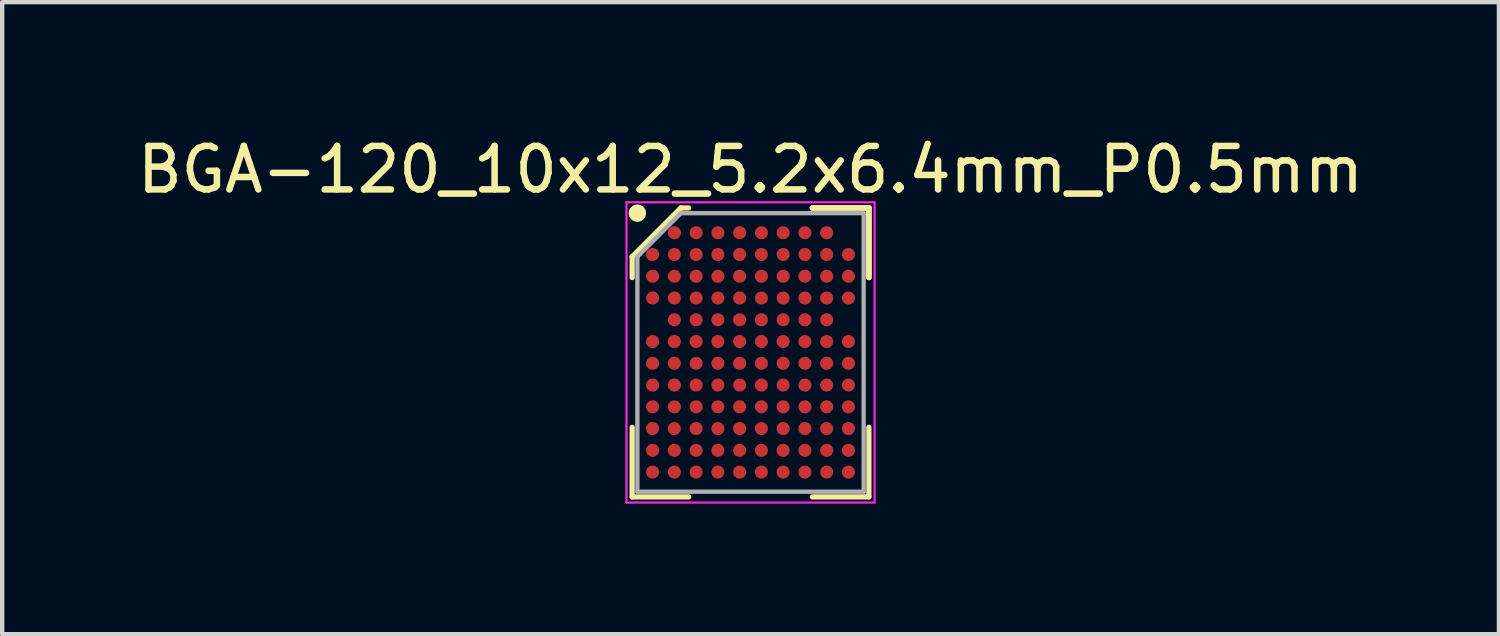
<source format=kicad_pcb>
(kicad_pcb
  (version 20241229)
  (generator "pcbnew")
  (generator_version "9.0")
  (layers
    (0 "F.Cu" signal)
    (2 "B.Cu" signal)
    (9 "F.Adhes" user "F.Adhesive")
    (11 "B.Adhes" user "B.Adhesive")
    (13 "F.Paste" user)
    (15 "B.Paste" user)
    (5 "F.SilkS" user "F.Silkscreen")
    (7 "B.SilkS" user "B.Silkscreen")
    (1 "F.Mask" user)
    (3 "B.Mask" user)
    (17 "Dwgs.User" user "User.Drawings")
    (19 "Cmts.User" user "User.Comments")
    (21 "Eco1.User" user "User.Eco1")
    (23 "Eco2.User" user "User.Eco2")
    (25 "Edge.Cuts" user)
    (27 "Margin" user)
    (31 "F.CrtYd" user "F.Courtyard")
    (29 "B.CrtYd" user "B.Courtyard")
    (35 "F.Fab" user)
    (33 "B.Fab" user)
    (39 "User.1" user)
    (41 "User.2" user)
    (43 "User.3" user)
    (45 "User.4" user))
  (footprint "BGA-120_10x12_5.2x6.4mm_P0.5mm"
    (layer "F.Cu")
    (at 14.196 5.048)
    (property "Reference" "BGA-120_10x12_5.2x6.4mm_P0.5mm" (at 0 -4.2 0) (layer "F.SilkS") (effects (font (size 1 1) (thickness 0.15))))
    (attr smd)
    (fp_line (start -2.72 -2.2) (end -2.72 -1.72) (stroke (width 0.12) (type solid)) (layer "F.SilkS"))
    (fp_line (start -2.72 3.32) (end -2.72 1.72) (stroke (width 0.12) (type solid)) (layer "F.SilkS"))
    (fp_line (start -1.6 -3.32) (end -2.72 -2.2) (stroke (width 0.12) (type solid)) (layer "F.SilkS"))
    (fp_line (start -1.42 -3.32) (end -1.6 -3.32) (stroke (width 0.12) (type solid)) (layer "F.SilkS"))
    (fp_line (start -1.42 3.32) (end -2.72 3.32) (stroke (width 0.12) (type solid)) (layer "F.SilkS"))
    (fp_line (start 1.42 -3.32) (end 2.72 -3.32) (stroke (width 0.12) (type solid)) (layer "F.SilkS"))
    (fp_line (start 1.42 -3.32) (end 2.72 -3.32) (stroke (width 0.12) (type solid)) (layer "F.SilkS"))
    (fp_line (start 1.42 -3.32) (end 2.72 -3.32) (stroke (width 0.12) (type solid)) (layer "F.SilkS"))
    (fp_line (start 1.42 3.32) (end 2.72 3.32) (stroke (width 0.12) (type solid)) (layer "F.SilkS"))
    (fp_line (start 2.72 -3.32) (end 2.72 -1.72) (stroke (width 0.12) (type solid)) (layer "F.SilkS"))
    (fp_line (start 2.72 -3.32) (end 2.72 -1.72) (stroke (width 0.12) (type solid)) (layer "F.SilkS"))
    (fp_line (start 2.72 -3.32) (end 2.72 -1.72) (stroke (width 0.12) (type solid)) (layer "F.SilkS"))
    (fp_line (start 2.72 3.32) (end 2.72 1.72) (stroke (width 0.12) (type solid)) (layer "F.SilkS"))
    (fp_circle (center -2.6 -3.2) (end -2.6 -3.1) (stroke (width 0.2) (type solid)) (fill no) (layer "F.SilkS"))
    (fp_line (start -2.85 -3.45) (end 2.85 -3.45) (stroke (width 0.05) (type solid)) (layer "F.CrtYd"))
    (fp_line (start -2.85 3.45) (end -2.85 -3.45) (stroke (width 0.05) (type solid)) (layer "F.CrtYd"))
    (fp_line (start 2.85 -3.45) (end 2.85 3.45) (stroke (width 0.05) (type solid)) (layer "F.CrtYd"))
    (fp_line (start 2.85 3.45) (end -2.85 3.45) (stroke (width 0.05) (type solid)) (layer "F.CrtYd"))
    (fp_line (start -2.6 -2.2) (end -2.6 3.2) (stroke (width 0.1) (type solid)) (layer "F.Fab"))
    (fp_line (start -2.6 3.2) (end 2.6 3.2) (stroke (width 0.1) (type solid)) (layer "F.Fab"))
    (fp_line (start -1.6 -3.2) (end -2.6 -2.2) (stroke (width 0.1) (type solid)) (layer "F.Fab"))
    (fp_line (start 2.6 -3.2) (end -1.6 -3.2) (stroke (width 0.1) (type solid)) (layer "F.Fab"))
    (fp_line (start 2.6 3.2) (end 2.6 -3.2) (stroke (width 0.1) (type solid)) (layer "F.Fab"))
    (pad "A2" smd circle (at -1.75 -2.75) (size 0.3 0.3) (layers "F.Cu" "F.Mask" "F.Paste"))
    (pad "A3" smd circle (at -1.25 -2.75) (size 0.3 0.3) (layers "F.Cu" "F.Mask" "F.Paste"))
    (pad "A4" smd circle (at -0.75 -2.75) (size 0.3 0.3) (layers "F.Cu" "F.Mask" "F.Paste"))
    (pad "A5" smd circle (at -0.25 -2.75) (size 0.3 0.3) (layers "F.Cu" "F.Mask" "F.Paste"))
    (pad "A6" smd circle (at 0.25 -2.75) (size 0.3 0.3) (layers "F.Cu" "F.Mask" "F.Paste"))
    (pad "A7" smd circle (at 0.75 -2.75) (size 0.3 0.3) (layers "F.Cu" "F.Mask" "F.Paste"))
    (pad "A8" smd circle (at 1.25 -2.75) (size 0.3 0.3) (layers "F.Cu" "F.Mask" "F.Paste"))
    (pad "A9" smd circle (at 1.75 -2.75) (size 0.3 0.3) (layers "F.Cu" "F.Mask" "F.Paste"))
    (pad "B1" smd circle (at -2.25 -2.25) (size 0.3 0.3) (layers "F.Cu" "F.Mask" "F.Paste"))
    (pad "B2" smd circle (at -1.75 -2.25) (size 0.3 0.3) (layers "F.Cu" "F.Mask" "F.Paste"))
    (pad "B3" smd circle (at -1.25 -2.25) (size 0.3 0.3) (layers "F.Cu" "F.Mask" "F.Paste"))
    (pad "B4" smd circle (at -0.75 -2.25) (size 0.3 0.3) (layers "F.Cu" "F.Mask" "F.Paste"))
    (pad "B5" smd circle (at -0.25 -2.25) (size 0.3 0.3) (layers "F.Cu" "F.Mask" "F.Paste"))
    (pad "B6" smd circle (at 0.25 -2.25) (size 0.3 0.3) (layers "F.Cu" "F.Mask" "F.Paste"))
    (pad "B7" smd circle (at 0.75 -2.25) (size 0.3 0.3) (layers "F.Cu" "F.Mask" "F.Paste"))
    (pad "B8" smd circle (at 1.25 -2.25) (size 0.3 0.3) (layers "F.Cu" "F.Mask" "F.Paste"))
    (pad "B9" smd circle (at 1.75 -2.25) (size 0.3 0.3) (layers "F.Cu" "F.Mask" "F.Paste"))
    (pad "B10" smd circle (at 2.25 -2.25) (size 0.3 0.3) (layers "F.Cu" "F.Mask" "F.Paste"))
    (pad "C1" smd circle (at -2.25 -1.75) (size 0.3 0.3) (layers "F.Cu" "F.Mask" "F.Paste"))
    (pad "C2" smd circle (at -1.75 -1.75) (size 0.3 0.3) (layers "F.Cu" "F.Mask" "F.Paste"))
    (pad "C3" smd circle (at -1.25 -1.75) (size 0.3 0.3) (layers "F.Cu" "F.Mask" "F.Paste"))
    (pad "C4" smd circle (at -0.75 -1.75) (size 0.3 0.3) (layers "F.Cu" "F.Mask" "F.Paste"))
    (pad "C5" smd circle (at -0.25 -1.75) (size 0.3 0.3) (layers "F.Cu" "F.Mask" "F.Paste"))
    (pad "C6" smd circle (at 0.25 -1.75) (size 0.3 0.3) (layers "F.Cu" "F.Mask" "F.Paste"))
    (pad "C7" smd circle (at 0.75 -1.75) (size 0.3 0.3) (layers "F.Cu" "F.Mask" "F.Paste"))
    (pad "C8" smd circle (at 1.25 -1.75) (size 0.3 0.3) (layers "F.Cu" "F.Mask" "F.Paste"))
    (pad "C9" smd circle (at 1.75 -1.75) (size 0.3 0.3) (layers "F.Cu" "F.Mask" "F.Paste"))
    (pad "C10" smd circle (at 2.25 -1.75) (size 0.3 0.3) (layers "F.Cu" "F.Mask" "F.Paste"))
    (pad "D1" smd circle (at -2.25 -1.25) (size 0.3 0.3) (layers "F.Cu" "F.Mask" "F.Paste"))
    (pad "D2" smd circle (at -1.75 -1.25) (size 0.3 0.3) (layers "F.Cu" "F.Mask" "F.Paste"))
    (pad "D3" smd circle (at -1.25 -1.25) (size 0.3 0.3) (layers "F.Cu" "F.Mask" "F.Paste"))
    (pad "D4" smd circle (at -0.75 -1.25) (size 0.3 0.3) (layers "F.Cu" "F.Mask" "F.Paste"))
    (pad "D5" smd circle (at -0.25 -1.25) (size 0.3 0.3) (layers "F.Cu" "F.Mask" "F.Paste"))
    (pad "D6" smd circle (at 0.25 -1.25) (size 0.3 0.3) (layers "F.Cu" "F.Mask" "F.Paste"))
    (pad "D7" smd circle (at 0.75 -1.25) (size 0.3 0.3) (layers "F.Cu" "F.Mask" "F.Paste"))
    (pad "D8" smd circle (at 1.25 -1.25) (size 0.3 0.3) (layers "F.Cu" "F.Mask" "F.Paste"))
    (pad "D9" smd circle (at 1.75 -1.25) (size 0.3 0.3) (layers "F.Cu" "F.Mask" "F.Paste"))
    (pad "D10" smd circle (at 2.25 -1.25) (size 0.3 0.3) (layers "F.Cu" "F.Mask" "F.Paste"))
    (pad "E2" smd circle (at -1.75 -0.75) (size 0.3 0.3) (layers "F.Cu" "F.Mask" "F.Paste"))
    (pad "E3" smd circle (at -1.25 -0.75) (size 0.3 0.3) (layers "F.Cu" "F.Mask" "F.Paste"))
    (pad "E4" smd circle (at -0.75 -0.75) (size 0.3 0.3) (layers "F.Cu" "F.Mask" "F.Paste"))
    (pad "E5" smd circle (at -0.25 -0.75) (size 0.3 0.3) (layers "F.Cu" "F.Mask" "F.Paste"))
    (pad "E6" smd circle (at 0.25 -0.75) (size 0.3 0.3) (layers "F.Cu" "F.Mask" "F.Paste"))
    (pad "E7" smd circle (at 0.75 -0.75) (size 0.3 0.3) (layers "F.Cu" "F.Mask" "F.Paste"))
    (pad "E8" smd circle (at 1.25 -0.75) (size 0.3 0.3) (layers "F.Cu" "F.Mask" "F.Paste"))
    (pad "E9" smd circle (at 1.75 -0.75) (size 0.3 0.3) (layers "F.Cu" "F.Mask" "F.Paste"))
    (pad "F1" smd circle (at -2.25 -0.25) (size 0.3 0.3) (layers "F.Cu" "F.Mask" "F.Paste"))
    (pad "F2" smd circle (at -1.75 -0.25) (size 0.3 0.3) (layers "F.Cu" "F.Mask" "F.Paste"))
    (pad "F3" smd circle (at -1.25 -0.25) (size 0.3 0.3) (layers "F.Cu" "F.Mask" "F.Paste"))
    (pad "F4" smd circle (at -0.75 -0.25) (size 0.3 0.3) (layers "F.Cu" "F.Mask" "F.Paste"))
    (pad "F5" smd circle (at -0.25 -0.25) (size 0.3 0.3) (layers "F.Cu" "F.Mask" "F.Paste"))
    (pad "F6" smd circle (at 0.25 -0.25) (size 0.3 0.3) (layers "F.Cu" "F.Mask" "F.Paste"))
    (pad "F7" smd circle (at 0.75 -0.25) (size 0.3 0.3) (layers "F.Cu" "F.Mask" "F.Paste"))
    (pad "F8" smd circle (at 1.25 -0.25) (size 0.3 0.3) (layers "F.Cu" "F.Mask" "F.Paste"))
    (pad "F9" smd circle (at 1.75 -0.25) (size 0.3 0.3) (layers "F.Cu" "F.Mask" "F.Paste"))
    (pad "F10" smd circle (at 2.25 -0.25) (size 0.3 0.3) (layers "F.Cu" "F.Mask" "F.Paste"))
    (pad "G1" smd circle (at -2.25 0.25) (size 0.3 0.3) (layers "F.Cu" "F.Mask" "F.Paste"))
    (pad "G2" smd circle (at -1.75 0.25) (size 0.3 0.3) (layers "F.Cu" "F.Mask" "F.Paste"))
    (pad "G3" smd circle (at -1.25 0.25) (size 0.3 0.3) (layers "F.Cu" "F.Mask" "F.Paste"))
    (pad "G4" smd circle (at -0.75 0.25) (size 0.3 0.3) (layers "F.Cu" "F.Mask" "F.Paste"))
    (pad "G5" smd circle (at -0.25 0.25) (size 0.3 0.3) (layers "F.Cu" "F.Mask" "F.Paste"))
    (pad "G6" smd circle (at 0.25 0.25) (size 0.3 0.3) (layers "F.Cu" "F.Mask" "F.Paste"))
    (pad "G7" smd circle (at 0.75 0.25) (size 0.3 0.3) (layers "F.Cu" "F.Mask" "F.Paste"))
    (pad "G8" smd circle (at 1.25 0.25) (size 0.3 0.3) (layers "F.Cu" "F.Mask" "F.Paste"))
    (pad "G9" smd circle (at 1.75 0.25) (size 0.3 0.3) (layers "F.Cu" "F.Mask" "F.Paste"))
    (pad "G10" smd circle (at 2.25 0.25) (size 0.3 0.3) (layers "F.Cu" "F.Mask" "F.Paste"))
    (pad "H1" smd circle (at -2.25 0.75) (size 0.3 0.3) (layers "F.Cu" "F.Mask" "F.Paste"))
    (pad "H2" smd circle (at -1.75 0.75) (size 0.3 0.3) (layers "F.Cu" "F.Mask" "F.Paste"))
    (pad "H3" smd circle (at -1.25 0.75) (size 0.3 0.3) (layers "F.Cu" "F.Mask" "F.Paste"))
    (pad "H4" smd circle (at -0.75 0.75) (size 0.3 0.3) (layers "F.Cu" "F.Mask" "F.Paste"))
    (pad "H5" smd circle (at -0.25 0.75) (size 0.3 0.3) (layers "F.Cu" "F.Mask" "F.Paste"))
    (pad "H6" smd circle (at 0.25 0.75) (size 0.3 0.3) (layers "F.Cu" "F.Mask" "F.Paste"))
    (pad "H7" smd circle (at 0.75 0.75) (size 0.3 0.3) (layers "F.Cu" "F.Mask" "F.Paste"))
    (pad "H8" smd circle (at 1.25 0.75) (size 0.3 0.3) (layers "F.Cu" "F.Mask" "F.Paste"))
    (pad "H9" smd circle (at 1.75 0.75) (size 0.3 0.3) (layers "F.Cu" "F.Mask" "F.Paste"))
    (pad "H10" smd circle (at 2.25 0.75) (size 0.3 0.3) (layers "F.Cu" "F.Mask" "F.Paste"))
    (pad "J1" smd circle (at -2.25 1.25) (size 0.3 0.3) (layers "F.Cu" "F.Mask" "F.Paste"))
    (pad "J2" smd circle (at -1.75 1.25) (size 0.3 0.3) (layers "F.Cu" "F.Mask" "F.Paste"))
    (pad "J3" smd circle (at -1.25 1.25) (size 0.3 0.3) (layers "F.Cu" "F.Mask" "F.Paste"))
    (pad "J4" smd circle (at -0.75 1.25) (size 0.3 0.3) (layers "F.Cu" "F.Mask" "F.Paste"))
    (pad "J5" smd circle (at -0.25 1.25) (size 0.3 0.3) (layers "F.Cu" "F.Mask" "F.Paste"))
    (pad "J6" smd circle (at 0.25 1.25) (size 0.3 0.3) (layers "F.Cu" "F.Mask" "F.Paste"))
    (pad "J7" smd circle (at 0.75 1.25) (size 0.3 0.3) (layers "F.Cu" "F.Mask" "F.Paste"))
    (pad "J8" smd circle (at 1.25 1.25) (size 0.3 0.3) (layers "F.Cu" "F.Mask" "F.Paste"))
    (pad "J9" smd circle (at 1.75 1.25) (size 0.3 0.3) (layers "F.Cu" "F.Mask" "F.Paste"))
    (pad "J10" smd circle (at 2.25 1.25) (size 0.3 0.3) (layers "F.Cu" "F.Mask" "F.Paste"))
    (pad "K1" smd circle (at -2.25 1.75) (size 0.3 0.3) (layers "F.Cu" "F.Mask" "F.Paste"))
    (pad "K2" smd circle (at -1.75 1.75) (size 0.3 0.3) (layers "F.Cu" "F.Mask" "F.Paste"))
    (pad "K3" smd circle (at -1.25 1.75) (size 0.3 0.3) (layers "F.Cu" "F.Mask" "F.Paste"))
    (pad "K4" smd circle (at -0.75 1.75) (size 0.3 0.3) (layers "F.Cu" "F.Mask" "F.Paste"))
    (pad "K5" smd circle (at -0.25 1.75) (size 0.3 0.3) (layers "F.Cu" "F.Mask" "F.Paste"))
    (pad "K6" smd circle (at 0.25 1.75) (size 0.3 0.3) (layers "F.Cu" "F.Mask" "F.Paste"))
    (pad "K7" smd circle (at 0.75 1.75) (size 0.3 0.3) (layers "F.Cu" "F.Mask" "F.Paste"))
    (pad "K8" smd circle (at 1.25 1.75) (size 0.3 0.3) (layers "F.Cu" "F.Mask" "F.Paste"))
    (pad "K9" smd circle (at 1.75 1.75) (size 0.3 0.3) (layers "F.Cu" "F.Mask" "F.Paste"))
    (pad "K10" smd circle (at 2.25 1.75) (size 0.3 0.3) (layers "F.Cu" "F.Mask" "F.Paste"))
    (pad "L1" smd circle (at -2.25 2.25) (size 0.3 0.3) (layers "F.Cu" "F.Mask" "F.Paste"))
    (pad "L2" smd circle (at -1.75 2.25) (size 0.3 0.3) (layers "F.Cu" "F.Mask" "F.Paste"))
    (pad "L3" smd circle (at -1.25 2.25) (size 0.3 0.3) (layers "F.Cu" "F.Mask" "F.Paste"))
    (pad "L4" smd circle (at -0.75 2.25) (size 0.3 0.3) (layers "F.Cu" "F.Mask" "F.Paste"))
    (pad "L5" smd circle (at -0.25 2.25) (size 0.3 0.3) (layers "F.Cu" "F.Mask" "F.Paste"))
    (pad "L6" smd circle (at 0.25 2.25) (size 0.3 0.3) (layers "F.Cu" "F.Mask" "F.Paste"))
    (pad "L7" smd circle (at 0.75 2.25) (size 0.3 0.3) (layers "F.Cu" "F.Mask" "F.Paste"))
    (pad "L8" smd circle (at 1.25 2.25) (size 0.3 0.3) (layers "F.Cu" "F.Mask" "F.Paste"))
    (pad "L9" smd circle (at 1.75 2.25) (size 0.3 0.3) (layers "F.Cu" "F.Mask" "F.Paste"))
    (pad "L10" smd circle (at 2.25 2.25) (size 0.3 0.3) (layers "F.Cu" "F.Mask" "F.Paste"))
    (pad "M1" smd circle (at -2.25 2.75) (size 0.3 0.3) (layers "F.Cu" "F.Mask" "F.Paste"))
    (pad "M2" smd circle (at -1.75 2.75) (size 0.3 0.3) (layers "F.Cu" "F.Mask" "F.Paste"))
    (pad "M3" smd circle (at -1.25 2.75) (size 0.3 0.3) (layers "F.Cu" "F.Mask" "F.Paste"))
    (pad "M4" smd circle (at -0.75 2.75) (size 0.3 0.3) (layers "F.Cu" "F.Mask" "F.Paste"))
    (pad "M5" smd circle (at -0.25 2.75) (size 0.3 0.3) (layers "F.Cu" "F.Mask" "F.Paste"))
    (pad "M6" smd circle (at 0.25 2.75) (size 0.3 0.3) (layers "F.Cu" "F.Mask" "F.Paste"))
    (pad "M7" smd circle (at 0.75 2.75) (size 0.3 0.3) (layers "F.Cu" "F.Mask" "F.Paste"))
    (pad "M8" smd circle (at 1.25 2.75) (size 0.3 0.3) (layers "F.Cu" "F.Mask" "F.Paste"))
    (pad "M9" smd circle (at 1.75 2.75) (size 0.3 0.3) (layers "F.Cu" "F.Mask" "F.Paste"))
    (pad "M10" smd circle (at 2.25 2.75) (size 0.3 0.3) (layers "F.Cu" "F.Mask" "F.Paste")))
  (gr_rect
    (start -3 -3)
    (end 31.393 11.523)
    (stroke (width 0.1) (type default))
    (fill no)
    (layer "Edge.Cuts")))
</source>
